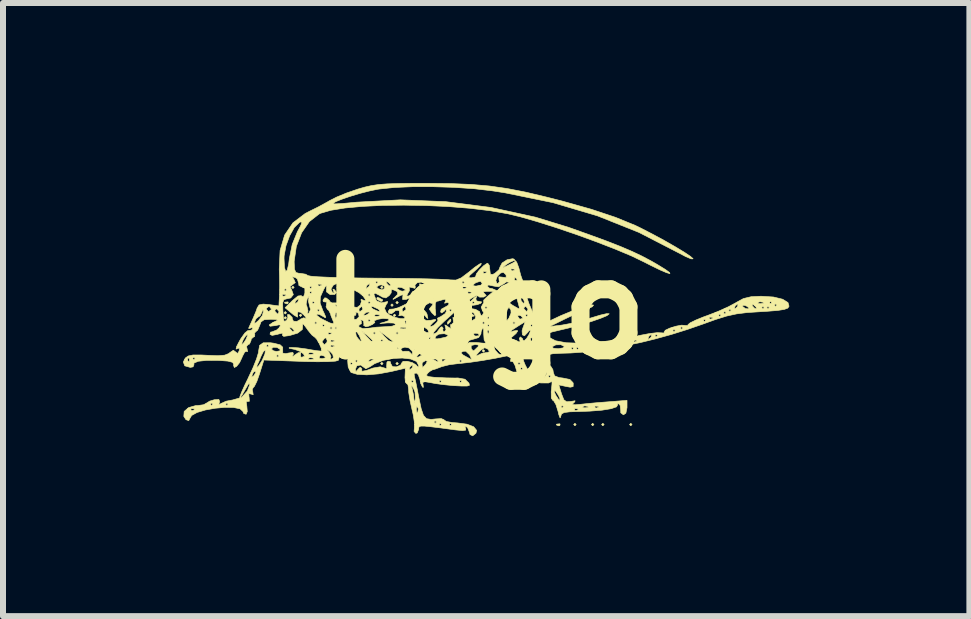
<source format=kicad_pcb>
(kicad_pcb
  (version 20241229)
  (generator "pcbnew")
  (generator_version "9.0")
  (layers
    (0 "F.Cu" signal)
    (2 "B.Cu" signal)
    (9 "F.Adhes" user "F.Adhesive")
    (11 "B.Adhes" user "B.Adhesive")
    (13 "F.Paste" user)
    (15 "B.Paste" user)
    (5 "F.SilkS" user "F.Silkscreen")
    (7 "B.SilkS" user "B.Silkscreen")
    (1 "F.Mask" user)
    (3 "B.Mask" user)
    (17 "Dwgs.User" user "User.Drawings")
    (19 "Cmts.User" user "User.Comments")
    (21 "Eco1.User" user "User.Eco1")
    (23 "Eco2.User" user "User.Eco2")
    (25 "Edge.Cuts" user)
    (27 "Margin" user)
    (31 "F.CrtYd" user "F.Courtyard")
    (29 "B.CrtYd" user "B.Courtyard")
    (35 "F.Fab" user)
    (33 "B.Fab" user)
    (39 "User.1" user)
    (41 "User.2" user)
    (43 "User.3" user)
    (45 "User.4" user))
  (footprint "Logo"
    (layer "F.Cu")
    (at 5.027 2.098)
    (property "Reference" "Logo" (at 0 0 0) (layer "F.SilkS") (effects (font (size 1.524 1.524) (thickness 0.3))))
    (attr through_hole)
    (fp_poly (pts (xy -3.302 0.064) (xy -3.323 0.085) (xy -3.344 0.064) (xy -3.323 0.042) (xy -3.302 0.064)) (stroke (width 0.01) (type solid)) (fill yes) (layer "F.SilkS"))
    (fp_poly (pts (xy -3.302 0.148) (xy -3.323 0.169) (xy -3.344 0.148) (xy -3.323 0.127) (xy -3.302 0.148)) (stroke (width 0.01) (type solid)) (fill yes) (layer "F.SilkS"))
    (fp_poly (pts (xy -3.175 -0.36) (xy -3.196 -0.339) (xy -3.217 -0.36) (xy -3.196 -0.381) (xy -3.175 -0.36)) (stroke (width 0.01) (type solid)) (fill yes) (layer "F.SilkS"))
    (fp_poly (pts (xy -3.048 0.106) (xy -3.069 0.127) (xy -3.09 0.106) (xy -3.069 0.085) (xy -3.048 0.106)) (stroke (width 0.01) (type solid)) (fill yes) (layer "F.SilkS"))
    (fp_poly (pts (xy -1.693 -0.36) (xy -1.714 -0.339) (xy -1.736 -0.36) (xy -1.714 -0.381) (xy -1.693 -0.36)) (stroke (width 0.01) (type solid)) (fill yes) (layer "F.SilkS"))
    (fp_poly (pts (xy -1.693 0.91) (xy -1.714 0.931) (xy -1.736 0.91) (xy -1.714 0.889) (xy -1.693 0.91)) (stroke (width 0.01) (type solid)) (fill yes) (layer "F.SilkS"))
    (fp_poly (pts (xy -1.524 -0.064) (xy -1.545 -0.042) (xy -1.566 -0.064) (xy -1.545 -0.085) (xy -1.524 -0.064)) (stroke (width 0.01) (type solid)) (fill yes) (layer "F.SilkS"))
    (fp_poly (pts (xy -1.482 0.106) (xy -1.503 0.127) (xy -1.524 0.106) (xy -1.503 0.085) (xy -1.482 0.106)) (stroke (width 0.01) (type solid)) (fill yes) (layer "F.SilkS"))
    (fp_poly (pts (xy -1.439 -0.106) (xy -1.46 -0.085) (xy -1.482 -0.106) (xy -1.46 -0.127) (xy -1.439 -0.106)) (stroke (width 0.01) (type solid)) (fill yes) (layer "F.SilkS"))
    (fp_poly (pts (xy -1.439 0.91) (xy -1.46 0.931) (xy -1.482 0.91) (xy -1.46 0.889) (xy -1.439 0.91)) (stroke (width 0.01) (type solid)) (fill yes) (layer "F.SilkS"))
    (fp_poly (pts (xy -1.101 -0.233) (xy -1.122 -0.212) (xy -1.143 -0.233) (xy -1.122 -0.254) (xy -1.101 -0.233)) (stroke (width 0.01) (type solid)) (fill yes) (layer "F.SilkS"))
    (fp_poly (pts (xy -0.466 0.106) (xy -0.487 0.127) (xy -0.508 0.106) (xy -0.487 0.085) (xy -0.466 0.106)) (stroke (width 0.01) (type solid)) (fill yes) (layer "F.SilkS"))
    (fp_poly (pts (xy 0 0.699) (xy -0.021 0.72) (xy -0.042 0.699) (xy -0.021 0.677) (xy 0 0.699)) (stroke (width 0.01) (type solid)) (fill yes) (layer "F.SilkS"))
    (fp_poly (pts (xy 0.931 0.233) (xy 0.91 0.254) (xy 0.889 0.233) (xy 0.91 0.212) (xy 0.931 0.233)) (stroke (width 0.01) (type solid)) (fill yes) (layer "F.SilkS"))
    (fp_poly (pts (xy 1.524 1.926) (xy 1.503 1.947) (xy 1.482 1.926) (xy 1.503 1.905) (xy 1.524 1.926)) (stroke (width 0.01) (type solid)) (fill yes) (layer "F.SilkS"))
    (fp_poly (pts (xy 1.82 1.926) (xy 1.799 1.947) (xy 1.778 1.926) (xy 1.799 1.905) (xy 1.82 1.926)) (stroke (width 0.01) (type solid)) (fill yes) (layer "F.SilkS"))
    (fp_poly (pts (xy 1.99 1.926) (xy 1.968 1.947) (xy 1.947 1.926) (xy 1.968 1.905) (xy 1.99 1.926)) (stroke (width 0.01) (type solid)) (fill yes) (layer "F.SilkS"))
    (fp_poly (pts (xy 2.455 1.926) (xy 2.434 1.947) (xy 2.413 1.926) (xy 2.434 1.905) (xy 2.455 1.926)) (stroke (width 0.01) (type solid)) (fill yes) (layer "F.SilkS"))
    (fp_poly (pts (xy -3.274 -0.113) (xy -3.28 -0.088) (xy -3.302 -0.085) (xy -3.337 -0.1) (xy -3.33 -0.113) (xy -3.28 -0.118) (xy -3.274 -0.113)) (stroke (width 0.01) (type solid)) (fill yes) (layer "F.SilkS"))
    (fp_poly (pts (xy 1.256 1.919) (xy 1.25 1.944) (xy 1.228 1.947) (xy 1.193 1.932) (xy 1.199 1.919) (xy 1.25 1.914) (xy 1.256 1.919)) (stroke (width 0.01) (type solid)) (fill yes) (layer "F.SilkS"))
    (fp_poly (pts (xy -1.759 -0.185) (xy -1.699 -0.151) (xy -1.709 -0.129) (xy -1.733 -0.127) (xy -1.791 -0.158) (xy -1.799 -0.169) (xy -1.792 -0.193) (xy -1.759 -0.185)) (stroke (width 0.01) (type solid)) (fill yes) (layer "F.SilkS"))
    (fp_poly (pts (xy -0.564 0.197) (xy -0.572 0.212) (xy -0.611 0.252) (xy -0.619 0.254) (xy -0.622 0.227) (xy -0.614 0.212) (xy -0.574 0.171) (xy -0.567 0.169) (xy -0.564 0.197)) (stroke (width 0.01) (type solid)) (fill yes) (layer "F.SilkS"))
    (fp_poly (pts (xy -0.618 -0.346) (xy -0.632 -0.305) (xy -0.678 -0.284) (xy -0.758 -0.287) (xy -0.79 -0.311) (xy -0.796 -0.337) (xy -0.783 -0.328) (xy -0.726 -0.324) (xy -0.696 -0.341) (xy -0.636 -0.361) (xy -0.618 -0.346)) (stroke (width 0.01) (type solid)) (fill yes) (layer "F.SilkS"))
    (fp_poly (pts (xy -0.148 -0.169) (xy -0.137 -0.134) (xy -0.101 -0.127) (xy -0.051 -0.117) (xy -0.065 -0.094) (xy -0.125 -0.071) (xy -0.193 -0.061) (xy -0.265 -0.062) (xy -0.263 -0.091) (xy -0.251 -0.106) (xy -0.212 -0.106) (xy -0.191 -0.085) (xy -0.169 -0.106) (xy -0.191 -0.127) (xy -0.212 -0.106) (xy -0.251 -0.106) (xy -0.227 -0.134) (xy -0.163 -0.196) (xy -0.133 -0.209) (xy -0.148 -0.169)) (stroke (width 0.01) (type solid)) (fill yes) (layer "F.SilkS"))
    (fp_poly (pts (xy -0.563 -2.089) (xy -0.229 -2.075) (xy 0.075 -2.049) (xy 0.371 -2.007) (xy 0.684 -1.946) (xy 1.038 -1.862) (xy 1.297 -1.796) (xy 1.776 -1.661) (xy 2.178 -1.527) (xy 2.508 -1.392) (xy 2.597 -1.349) (xy 2.797 -1.246) (xy 2.995 -1.139) (xy 3.175 -1.036) (xy 3.324 -0.946) (xy 3.427 -0.877) (xy 3.471 -0.838) (xy 3.471 -0.835) (xy 3.438 -0.835) (xy 3.352 -0.871) (xy 3.23 -0.935) (xy 3.228 -0.936) (xy 2.57 -1.275) (xy 1.877 -1.552) (xy 1.138 -1.771) (xy 0.344 -1.934) (xy 0.127 -1.968) (xy -0.172 -2.003) (xy -0.509 -2.026) (xy -0.86 -2.037) (xy -1.201 -2.037) (xy -1.508 -2.024) (xy -1.759 -1.998) (xy -1.786 -1.994) (xy -1.925 -1.965) (xy -2.084 -1.924) (xy -2.243 -1.876) (xy -2.383 -1.828) (xy -2.484 -1.787) (xy -2.529 -1.758) (xy -2.528 -1.752) (xy -2.483 -1.751) (xy -2.374 -1.757) (xy -2.219 -1.771) (xy -2.136 -1.779) (xy -1.406 -1.818) (xy -0.652 -1.788) (xy 0.105 -1.691) (xy 0.843 -1.53) (xy 1.397 -1.36) (xy 1.748 -1.235) (xy 2.032 -1.131) (xy 2.262 -1.041) (xy 2.454 -0.959) (xy 2.619 -0.881) (xy 2.772 -0.8) (xy 2.868 -0.745) (xy 3.01 -0.658) (xy 3.081 -0.606) (xy 3.086 -0.588) (xy 3.03 -0.604) (xy 2.918 -0.652) (xy 2.756 -0.731) (xy 2.656 -0.782) (xy 2.449 -0.882) (xy 2.18 -0.995) (xy 1.868 -1.116) (xy 1.534 -1.238) (xy 1.196 -1.353) (xy 0.874 -1.455) (xy 0.589 -1.537) (xy 0.385 -1.586) (xy 0.091 -1.637) (xy -0.243 -1.677) (xy -0.603 -1.706) (xy -0.976 -1.723) (xy -1.349 -1.729) (xy -1.707 -1.725) (xy -2.038 -1.709) (xy -2.328 -1.682) (xy -2.564 -1.644) (xy -2.733 -1.595) (xy -2.76 -1.582) (xy -2.921 -1.457) (xy -3.051 -1.27) (xy -3.139 -1.043) (xy -3.175 -0.797) (xy -3.175 -0.777) (xy -3.17 -0.662) (xy -3.147 -0.608) (xy -3.093 -0.593) (xy -3.072 -0.593) (xy -2.984 -0.579) (xy -2.946 -0.556) (xy -2.899 -0.546) (xy -2.779 -0.536) (xy -2.597 -0.528) (xy -2.364 -0.521) (xy -2.092 -0.516) (xy -1.811 -0.513) (xy -1.505 -0.511) (xy -1.222 -0.507) (xy -0.974 -0.502) (xy -0.774 -0.496) (xy -0.634 -0.49) (xy -0.572 -0.484) (xy -0.48 -0.481) (xy -0.391 -0.518) (xy -0.275 -0.606) (xy -0.268 -0.611) (xy -0.165 -0.695) (xy -0.085 -0.749) (xy -0.057 -0.76) (xy -0.064 -0.735) (xy -0.122 -0.674) (xy -0.165 -0.635) (xy -0.248 -0.561) (xy -0.268 -0.526) (xy -0.233 -0.518) (xy -0.22 -0.519) (xy -0.157 -0.532) (xy -0.15 -0.545) (xy -0.139 -0.585) (xy -0.111 -0.621) (xy -0.028 -0.621) (xy -0.022 -0.596) (xy 0 -0.593) (xy 0.035 -0.608) (xy 0.028 -0.621) (xy -0.022 -0.626) (xy -0.028 -0.621) (xy -0.111 -0.621) (xy -0.087 -0.652) (xy -0.02 -0.719) (xy 0.038 -0.759) (xy 0.05 -0.762) (xy 0.076 -0.726) (xy 0.085 -0.655) (xy 0.093 -0.58) (xy 0.133 -0.575) (xy 0.169 -0.593) (xy 0.237 -0.653) (xy 0.241 -0.663) (xy 0.437 -0.663) (xy 0.443 -0.638) (xy 0.466 -0.635) (xy 0.501 -0.65) (xy 0.494 -0.663) (xy 0.444 -0.668) (xy 0.437 -0.663) (xy 0.241 -0.663) (xy 0.254 -0.699) (xy 0.29 -0.766) (xy 0.372 -0.819) (xy 0.462 -0.837) (xy 0.486 -0.832) (xy 0.507 -0.808) (xy 0.476 -0.802) (xy 0.414 -0.775) (xy 0.357 -0.738) (xy 0.305 -0.695) (xy 0.32 -0.695) (xy 0.381 -0.723) (xy 0.465 -0.765) (xy 0.504 -0.789) (xy 0.512 -0.803) (xy 0.533 -0.779) (xy 0.57 -0.679) (xy 0.572 -0.67) (xy 0.6 -0.562) (xy 0.625 -0.491) (xy 0.627 -0.489) (xy 0.649 -0.419) (xy 0.663 -0.336) (xy 0.688 -0.232) (xy 0.736 -0.092) (xy 0.768 -0.016) (xy 0.826 0.115) (xy 0.859 0.195) (xy 0.878 0.252) (xy 0.884 0.276) (xy 0.921 0.27) (xy 1.011 0.233) (xy 1.11 0.186) (xy 1.267 0.112) (xy 1.434 0.043) (xy 1.591 -0.015) (xy 1.719 -0.054) (xy 1.799 -0.068) (xy 1.813 -0.064) (xy 1.793 -0.037) (xy 1.717 -0.002) (xy 1.709 0.001) (xy 1.605 0.043) (xy 1.46 0.108) (xy 1.332 0.169) (xy 1.079 0.294) (xy 1.291 0.268) (xy 1.446 0.239) (xy 1.634 0.192) (xy 1.789 0.144) (xy 1.928 0.102) (xy 2.029 0.079) (xy 2.074 0.08) (xy 2.074 0.082) (xy 2.036 0.112) (xy 1.933 0.155) (xy 1.781 0.208) (xy 1.598 0.264) (xy 1.401 0.317) (xy 1.254 0.352) (xy 1.119 0.384) (xy 1.053 0.41) (xy 1.044 0.438) (xy 1.072 0.473) (xy 1.18 0.53) (xy 1.356 0.563) (xy 1.59 0.571) (xy 1.87 0.556) (xy 2.146 0.522) (xy 2.469 0.522) (xy 2.475 0.547) (xy 2.498 0.55) (xy 2.533 0.535) (xy 2.526 0.522) (xy 2.476 0.517) (xy 2.469 0.522) (xy 2.146 0.522) (xy 2.183 0.517) (xy 2.25 0.505) (xy 2.72 0.505) (xy 2.726 0.508) (xy 2.764 0.478) (xy 2.773 0.466) (xy 2.779 0.445) (xy 2.836 0.445) (xy 2.857 0.466) (xy 2.879 0.445) (xy 2.857 0.423) (xy 2.836 0.445) (xy 2.779 0.445) (xy 2.784 0.426) (xy 2.778 0.423) (xy 2.739 0.453) (xy 2.731 0.466) (xy 2.72 0.505) (xy 2.25 0.505) (xy 2.518 0.456) (xy 2.592 0.439) (xy 2.746 0.41) (xy 2.873 0.395) (xy 2.946 0.398) (xy 2.946 0.398) (xy 2.99 0.402) (xy 2.988 0.387) (xy 3.006 0.36) (xy 3.133 0.36) (xy 3.154 0.381) (xy 3.175 0.36) (xy 3.154 0.339) (xy 3.133 0.36) (xy 3.006 0.36) (xy 3.009 0.355) (xy 3.084 0.319) (xy 3.089 0.318) (xy 3.26 0.318) (xy 3.281 0.339) (xy 3.302 0.318) (xy 3.281 0.296) (xy 3.26 0.318) (xy 3.089 0.318) (xy 3.184 0.288) (xy 3.28 0.27) (xy 3.343 0.275) (xy 3.345 0.276) (xy 3.384 0.275) (xy 3.387 0.262) (xy 3.424 0.231) (xy 3.506 0.191) (xy 3.641 0.191) (xy 3.662 0.212) (xy 3.683 0.191) (xy 3.662 0.169) (xy 3.641 0.191) (xy 3.506 0.191) (xy 3.523 0.183) (xy 3.626 0.141) (xy 3.739 0.141) (xy 3.745 0.166) (xy 3.768 0.169) (xy 3.803 0.154) (xy 3.796 0.141) (xy 3.746 0.136) (xy 3.739 0.141) (xy 3.626 0.141) (xy 3.664 0.126) (xy 3.715 0.108) (xy 3.72 0.106) (xy 3.895 0.106) (xy 3.916 0.127) (xy 3.937 0.106) (xy 3.916 0.085) (xy 3.895 0.106) (xy 3.72 0.106) (xy 3.829 0.064) (xy 3.979 0.064) (xy 4 0.085) (xy 4.022 0.064) (xy 4 0.042) (xy 3.979 0.064) (xy 3.829 0.064) (xy 3.892 0.039) (xy 3.933 0.021) (xy 4.064 0.021) (xy 4.085 0.042) (xy 4.106 0.021) (xy 4.085 0) (xy 4.064 0.021) (xy 3.933 0.021) (xy 3.986 -0.003) (xy 4.159 -0.003) (xy 4.165 0) (xy 4.203 -0.03) (xy 4.212 -0.042) (xy 4.217 -0.061) (xy 4.293 -0.061) (xy 4.297 -0.042) (xy 4.342 -0.007) (xy 4.391 -0.001) (xy 4.403 -0.017) (xy 4.369 -0.044) (xy 4.337 -0.058) (xy 4.293 -0.061) (xy 4.217 -0.061) (xy 4.22 -0.073) (xy 4.452 -0.073) (xy 4.462 -0.049) (xy 4.505 -0.003) (xy 4.529 -0.013) (xy 4.53 -0.019) (xy 4.528 -0.021) (xy 4.614 -0.021) (xy 4.636 0) (xy 4.657 -0.021) (xy 4.699 -0.021) (xy 4.72 0) (xy 4.741 -0.021) (xy 4.72 -0.042) (xy 4.699 -0.021) (xy 4.657 -0.021) (xy 4.636 -0.042) (xy 4.614 -0.021) (xy 4.528 -0.021) (xy 4.5 -0.054) (xy 4.487 -0.064) (xy 4.826 -0.064) (xy 4.847 -0.042) (xy 4.868 -0.064) (xy 4.847 -0.085) (xy 4.826 -0.064) (xy 4.487 -0.064) (xy 4.481 -0.068) (xy 4.452 -0.073) (xy 4.22 -0.073) (xy 4.223 -0.082) (xy 4.217 -0.085) (xy 4.179 -0.055) (xy 4.17 -0.042) (xy 4.159 -0.003) (xy 3.986 -0.003) (xy 4.059 -0.036) (xy 4.169 -0.095) (xy 4.548 -0.095) (xy 4.59 -0.088) (xy 4.645 -0.096) (xy 4.645 -0.106) (xy 4.741 -0.106) (xy 4.763 -0.085) (xy 4.784 -0.106) (xy 4.763 -0.127) (xy 4.741 -0.106) (xy 4.645 -0.106) (xy 4.645 -0.11) (xy 4.589 -0.12) (xy 4.564 -0.114) (xy 4.548 -0.095) (xy 4.169 -0.095) (xy 4.182 -0.102) (xy 4.193 -0.109) (xy 4.31 -0.173) (xy 4.44 -0.204) (xy 4.604 -0.212) (xy 4.811 -0.199) (xy 4.964 -0.162) (xy 5.053 -0.107) (xy 5.071 -0.045) (xy 5.05 -0.014) (xy 4.991 0.008) (xy 4.882 0.025) (xy 4.708 0.039) (xy 4.593 0.046) (xy 4.374 0.06) (xy 4.198 0.082) (xy 4.033 0.118) (xy 3.849 0.175) (xy 3.641 0.25) (xy 3.379 0.341) (xy 3.107 0.426) (xy 2.839 0.5) (xy 2.591 0.561) (xy 2.38 0.604) (xy 2.222 0.625) (xy 2.151 0.624) (xy 2.075 0.622) (xy 2.056 0.639) (xy 2.028 0.66) (xy 1.934 0.681) (xy 1.792 0.703) (xy 1.619 0.721) (xy 1.435 0.734) (xy 1.262 0.739) (xy 1.136 0.746) (xy 1.064 0.761) (xy 1.057 0.778) (xy 1.078 0.846) (xy 1.073 0.869) (xy 1.081 0.935) (xy 1.098 0.951) (xy 1.136 1.012) (xy 1.143 1.058) (xy 1.164 1.115) (xy 1.24 1.144) (xy 1.301 1.151) (xy 1.419 1.175) (xy 1.471 1.228) (xy 1.475 1.242) (xy 1.473 1.294) (xy 1.425 1.304) (xy 1.362 1.293) (xy 1.234 1.265) (xy 1.28 1.415) (xy 1.318 1.513) (xy 1.365 1.547) (xy 1.436 1.541) (xy 1.505 1.53) (xy 1.501 1.548) (xy 1.482 1.564) (xy 1.459 1.591) (xy 1.504 1.597) (xy 1.587 1.59) (xy 1.718 1.576) (xy 1.894 1.56) (xy 2.064 1.547) (xy 2.371 1.523) (xy 2.371 1.644) (xy 2.352 1.737) (xy 2.311 1.764) (xy 2.267 1.731) (xy 2.266 1.687) (xy 2.257 1.609) (xy 2.235 1.582) (xy 2.208 1.58) (xy 2.215 1.597) (xy 2.197 1.631) (xy 2.106 1.662) (xy 1.953 1.687) (xy 1.749 1.703) (xy 1.577 1.709) (xy 1.417 1.714) (xy 1.324 1.726) (xy 1.28 1.75) (xy 1.266 1.791) (xy 1.266 1.799) (xy 1.255 1.815) (xy 1.234 1.759) (xy 1.221 1.704) (xy 1.209 1.665) (xy 1.496 1.665) (xy 1.502 1.69) (xy 1.524 1.693) (xy 1.559 1.678) (xy 1.552 1.665) (xy 1.502 1.66) (xy 1.496 1.665) (xy 1.209 1.665) (xy 1.198 1.63) (xy 1.27 1.63) (xy 1.291 1.651) (xy 1.301 1.641) (xy 1.627 1.641) (xy 1.669 1.648) (xy 1.724 1.64) (xy 1.724 1.625) (xy 1.709 1.623) (xy 1.834 1.623) (xy 1.84 1.648) (xy 1.863 1.651) (xy 1.898 1.636) (xy 1.891 1.623) (xy 1.841 1.618) (xy 1.834 1.623) (xy 1.709 1.623) (xy 1.668 1.615) (xy 1.643 1.622) (xy 1.627 1.641) (xy 1.301 1.641) (xy 1.312 1.63) (xy 1.291 1.609) (xy 1.27 1.63) (xy 1.198 1.63) (xy 1.187 1.595) (xy 1.149 1.531) (xy 1.135 1.524) (xy 1.109 1.485) (xy 1.108 1.376) (xy 1.11 1.355) (xy 1.161 1.355) (xy 1.161 1.386) (xy 1.185 1.439) (xy 1.229 1.506) (xy 1.252 1.524) (xy 1.252 1.493) (xy 1.228 1.439) (xy 1.184 1.373) (xy 1.161 1.355) (xy 1.11 1.355) (xy 1.112 1.344) (xy 1.121 1.246) (xy 1.12 1.204) (xy 1.116 1.209) (xy 1.062 1.234) (xy 0.935 1.233) (xy 0.878 1.226) (xy 0.737 1.214) (xy 0.655 1.226) (xy 0.606 1.266) (xy 0.568 1.309) (xy 0.561 1.282) (xy 0.561 1.27) (xy 0.557 1.164) (xy 0.542 1.079) (xy 0.635 1.079) (xy 0.656 1.101) (xy 0.677 1.079) (xy 0.656 1.058) (xy 0.635 1.079) (xy 0.542 1.079) (xy 0.536 1.047) (xy 0.521 0.995) (xy 0.593 0.995) (xy 0.614 1.016) (xy 0.635 0.995) (xy 0.614 0.974) (xy 0.593 0.995) (xy 0.521 0.995) (xy 0.506 0.944) (xy 0.488 0.91) (xy 0.55 0.91) (xy 0.572 0.931) (xy 0.593 0.91) (xy 0.572 0.889) (xy 0.55 0.91) (xy 0.488 0.91) (xy 0.473 0.882) (xy 0.453 0.876) (xy 0.427 0.871) (xy 0.436 0.832) (xy 0.441 0.782) (xy 0.386 0.779) (xy 0.369 0.782) (xy 0.181 0.821) (xy -0.031 0.858) (xy -0.234 0.888) (xy -0.399 0.907) (xy -0.445 0.911) (xy -0.589 0.929) (xy -0.72 0.962) (xy -0.733 0.968) (xy -0.824 1.002) (xy -0.874 1.016) (xy -0.918 1.042) (xy -0.952 1.073) (xy -0.973 1.107) (xy -0.94 1.127) (xy -0.841 1.139) (xy -0.79 1.142) (xy -0.635 1.149) (xy -0.494 1.151) (xy -0.446 1.15) (xy -0.329 1.171) (xy -0.262 1.237) (xy -0.255 1.273) (xy -0.292 1.284) (xy -0.391 1.284) (xy -0.528 1.277) (xy -0.68 1.262) (xy -0.824 1.243) (xy -0.896 1.229) (xy -0.996 1.212) (xy -1.033 1.224) (xy -1.027 1.265) (xy -1.022 1.307) (xy -1.037 1.302) (xy -1.069 1.237) (xy -1.074 1.206) (xy -0.762 1.206) (xy -0.741 1.228) (xy -0.72 1.206) (xy -0.423 1.206) (xy -0.402 1.228) (xy -0.381 1.206) (xy -0.402 1.185) (xy -0.423 1.206) (xy -0.72 1.206) (xy -0.741 1.185) (xy -0.762 1.206) (xy -1.074 1.206) (xy -1.079 1.177) (xy -1.107 1.096) (xy -1.14 1.066) (xy -1.177 1.079) (xy -1.171 1.127) (xy -1.151 1.209) (xy -1.124 1.343) (xy -1.097 1.482) (xy -1.059 1.662) (xy -1.021 1.773) (xy -0.97 1.828) (xy -0.895 1.841) (xy -0.823 1.833) (xy -0.725 1.827) (xy -0.678 1.846) (xy -0.677 1.85) (xy -0.639 1.875) (xy -0.541 1.893) (xy -0.455 1.899) (xy -0.295 1.92) (xy -0.184 1.963) (xy -0.135 2.023) (xy -0.146 2.07) (xy -0.2 2.114) (xy -0.245 2.093) (xy -0.254 2.056) (xy -0.284 1.981) (xy -0.303 1.964) (xy -0.332 1.959) (xy -0.318 1.988) (xy -0.316 2.019) (xy -0.369 2.027) (xy -0.492 2.015) (xy -0.492 2.015) (xy -0.729 1.983) (xy -0.895 1.963) (xy -1.002 1.952) (xy -1.064 1.952) (xy -1.092 1.962) (xy -1.1 1.982) (xy -1.101 2.005) (xy -1.124 2.065) (xy -1.148 2.074) (xy -1.177 2.041) (xy -1.173 1.989) (xy -1.172 1.926) (xy -0.762 1.926) (xy -0.741 1.947) (xy -0.72 1.926) (xy -0.593 1.926) (xy -0.572 1.947) (xy -0.55 1.926) (xy -0.572 1.905) (xy -0.593 1.926) (xy -0.72 1.926) (xy -0.741 1.905) (xy -0.762 1.926) (xy -1.172 1.926) (xy -1.171 1.901) (xy -1.173 1.884) (xy -0.847 1.884) (xy -0.826 1.905) (xy -0.804 1.884) (xy -0.826 1.863) (xy -0.847 1.884) (xy -1.173 1.884) (xy -1.19 1.769) (xy -1.21 1.683) (xy -1.213 1.669) (xy -1.14 1.669) (xy -1.132 1.724) (xy -1.117 1.724) (xy -1.107 1.668) (xy -1.114 1.643) (xy -1.133 1.627) (xy -1.14 1.669) (xy -1.213 1.669) (xy -1.244 1.532) (xy -1.266 1.395) (xy -1.269 1.342) (xy -1.278 1.273) (xy -1.221 1.273) (xy -1.22 1.294) (xy -1.21 1.326) (xy -1.186 1.436) (xy -1.18 1.496) (xy -1.174 1.561) (xy -1.166 1.544) (xy -1.156 1.493) (xy -1.162 1.384) (xy -1.186 1.324) (xy -1.221 1.273) (xy -1.278 1.273) (xy -1.279 1.263) (xy -1.302 1.243) (xy -1.322 1.22) (xy -1.323 1.206) (xy -1.228 1.206) (xy -1.206 1.228) (xy -1.185 1.206) (xy -1.206 1.185) (xy -1.228 1.206) (xy -1.323 1.206) (xy -1.329 1.139) (xy -1.328 1.125) (xy -1.323 1.013) (xy -1.26 1.013) (xy -1.254 1.016) (xy -1.215 0.986) (xy -1.206 0.974) (xy -1.196 0.934) (xy -1.202 0.931) (xy -1.24 0.961) (xy -1.249 0.974) (xy -1.26 1.013) (xy -1.323 1.013) (xy -1.322 0.987) (xy -1.56 1.043) (xy -1.771 1.082) (xy -1.964 1.098) (xy -2.122 1.09) (xy -2.222 1.06) (xy -2.235 1.05) (xy -2.257 1.005) (xy -2.156 1.005) (xy -2.145 1.046) (xy -2.131 1.027) (xy -2.085 0.978) (xy -2.068 0.974) (xy -2.045 0.999) (xy -2.051 1.012) (xy -2.045 1.039) (xy -1.967 1.024) (xy -1.863 0.985) (xy -1.741 0.964) (xy -1.684 0.98) (xy -1.631 0.997) (xy -1.634 0.958) (xy -1.63 0.889) (xy -1.612 0.87) (xy -1.573 0.878) (xy -1.566 0.911) (xy -1.537 0.962) (xy -1.471 0.965) (xy -1.401 0.936) (xy -1.385 0.902) (xy -1.361 0.873) (xy -1.291 0.872) (xy -1.207 0.894) (xy -1.143 0.933) (xy -1.134 0.945) (xy -1.107 0.971) (xy -1.101 0.941) (xy -1.114 0.917) (xy -1.044 0.917) (xy -1.039 0.969) (xy -1.035 0.974) (xy -1.005 0.946) (xy -0.98 0.917) (xy -0.956 0.871) (xy -0.988 0.861) (xy -1.039 0.894) (xy -1.044 0.917) (xy -1.114 0.917) (xy -1.137 0.875) (xy -1.234 0.834) (xy -1.372 0.818) (xy -1.532 0.825) (xy -1.692 0.857) (xy -1.834 0.911) (xy -1.911 0.962) (xy -1.981 0.996) (xy -2.009 0.976) (xy -2.069 0.934) (xy -2.13 0.947) (xy -2.156 1.005) (xy -2.257 1.005) (xy -2.275 0.969) (xy -2.28 0.91) (xy -2.244 0.91) (xy -2.223 0.931) (xy -2.201 0.91) (xy -2.223 0.889) (xy -2.244 0.91) (xy -2.28 0.91) (xy -2.283 0.868) (xy -2.159 0.868) (xy -2.138 0.889) (xy -2.126 0.877) (xy -1.943 0.877) (xy -1.901 0.868) (xy -1.893 0.865) (xy -1.841 0.832) (xy -1.84 0.813) (xy -1.885 0.817) (xy -1.916 0.841) (xy -1.943 0.877) (xy -2.126 0.877) (xy -2.117 0.868) (xy -2.138 0.847) (xy -2.159 0.868) (xy -2.283 0.868) (xy -2.284 0.861) (xy -2.263 0.768) (xy -2.237 0.737) (xy -2.208 0.732) (xy -2.216 0.752) (xy -2.212 0.788) (xy -2.191 0.789) (xy -2.176 0.783) (xy -2.032 0.783) (xy -2.011 0.804) (xy -2.006 0.799) (xy -1.137 0.799) (xy -1.11 0.804) (xy -1.049 0.77) (xy -1.048 0.769) (xy -0.955 0.769) (xy -0.938 0.798) (xy -0.883 0.83) (xy -0.791 0.877) (xy -0.763 0.88) (xy -0.803 0.839) (xy -0.826 0.821) (xy -0.882 0.773) (xy -0.865 0.763) (xy -0.804 0.77) (xy -0.726 0.802) (xy -0.711 0.844) (xy -0.712 0.882) (xy -0.687 0.868) (xy -0.423 0.868) (xy -0.402 0.889) (xy -0.381 0.868) (xy -0.402 0.847) (xy -0.423 0.868) (xy -0.687 0.868) (xy -0.672 0.859) (xy -0.654 0.845) (xy -0.608 0.797) (xy -0.633 0.769) (xy -0.663 0.756) (xy -0.705 0.734) (xy -0.695 0.731) (xy -0.397 0.731) (xy -0.361 0.767) (xy -0.331 0.784) (xy -0.254 0.826) (xy -0.221 0.843) (xy -0.228 0.815) (xy -0.249 0.772) (xy -0.142 0.772) (xy -0.136 0.784) (xy -0.127 0.779) (xy -0.055 0.744) (xy -0.032 0.736) (xy 0.037 0.726) (xy 0.051 0.725) (xy 0.08 0.708) (xy 0.05 0.668) (xy 0.000332 0.646) (xy -0.063 0.685) (xy -0.096 0.717) (xy -0.142 0.772) (xy -0.249 0.772) (xy -0.253 0.764) (xy -0.316 0.704) (xy -0.363 0.706) (xy -0.397 0.731) (xy -0.695 0.731) (xy -0.671 0.724) (xy -0.63 0.723) (xy -0.533 0.701) (xy -0.468 0.658) (xy -0.226 0.658) (xy -0.193 0.698) (xy -0.175 0.69) (xy -0.117 0.634) (xy -0.106 0.626) (xy -0.106 0.625) (xy 0.153 0.625) (xy 0.173 0.684) (xy 0.229 0.748) (xy 0.266 0.761) (xy 0.289 0.748) (xy 0.259 0.724) (xy 0.221 0.672) (xy 0.226 0.647) (xy 0.216 0.611) (xy 0.191 0.607) (xy 0.153 0.625) (xy -0.106 0.625) (xy -0.107 0.601) (xy -0.157 0.593) (xy -0.225 0.609) (xy -0.226 0.658) (xy -0.468 0.658) (xy -0.464 0.655) (xy -0.444 0.605) (xy -0.37 0.605) (xy -0.365 0.632) (xy -0.344 0.635) (xy -0.299 0.602) (xy -0.296 0.587) (xy -0.281 0.576) (xy 0.315 0.576) (xy 0.339 0.614) (xy 0.389 0.666) (xy 0.406 0.677) (xy 0.406 0.645) (xy 0.396 0.614) (xy 0.352 0.558) (xy 0.329 0.55) (xy 0.315 0.576) (xy -0.281 0.576) (xy -0.257 0.558) (xy -0.141 0.558) (xy -0.116 0.561) (xy -0.018 0.571) (xy 0.024 0.57) (xy 0.019 0.566) (xy -0.002 0.53) (xy 0.15 0.53) (xy 0.196 0.551) (xy 0.267 0.515) (xy 0.302 0.479) (xy 0.333 0.432) (xy 0.307 0.439) (xy 0.262 0.438) (xy 0.254 0.402) (xy 0.264 0.38) (xy 0.423 0.38) (xy 0.457 0.375) (xy 0.476 0.368) (xy 0.538 0.357) (xy 0.55 0.367) (xy 0.521 0.41) (xy 0.476 0.449) (xy 0.425 0.492) (xy 0.443 0.505) (xy 0.476 0.507) (xy 0.54 0.531) (xy 0.545 0.579) (xy 0.519 0.603) (xy 0.52 0.612) (xy 0.54 0.608) (xy 0.591 0.627) (xy 0.598 0.647) (xy 0.629 0.802) (xy 0.634 0.815) (xy 0.652 0.878) (xy 0.676 0.936) (xy 0.713 1.006) (xy 0.745 1.092) (xy 0.742 1.141) (xy 0.76 1.164) (xy 0.835 1.164) (xy 0.931 1.152) (xy 0.98 1.146) (xy 1.004 1.122) (xy 1.058 1.122) (xy 1.079 1.143) (xy 1.101 1.122) (xy 1.079 1.101) (xy 1.058 1.122) (xy 1.004 1.122) (xy 1.017 1.11) (xy 1.03 1.082) (xy 1.029 1.039) (xy 0.993 1.044) (xy 0.946 1.037) (xy 0.931 0.958) (xy 0.931 0.957) (xy 0.931 0.953) (xy 0.974 0.953) (xy 0.995 0.974) (xy 1.016 0.953) (xy 0.995 0.931) (xy 0.974 0.953) (xy 0.931 0.953) (xy 0.917 0.875) (xy 0.889 0.847) (xy 0.974 0.847) (xy 0.989 0.882) (xy 1.002 0.875) (xy 1.007 0.825) (xy 1.002 0.818) (xy 0.977 0.824) (xy 0.974 0.847) (xy 0.889 0.847) (xy 0.853 0.812) (xy 0.847 0.772) (xy 0.814 0.694) (xy 0.758 0.642) (xy 0.713 0.621) (xy 0.892 0.621) (xy 0.915 0.697) (xy 0.947 0.746) (xy 0.962 0.746) (xy 0.959 0.698) (xy 0.937 0.649) (xy 0.922 0.63) (xy 1.125 0.63) (xy 1.144 0.655) (xy 1.222 0.662) (xy 1.225 0.662) (xy 1.263 0.656) (xy 1.439 0.656) (xy 1.46 0.677) (xy 1.482 0.656) (xy 1.524 0.656) (xy 1.545 0.677) (xy 1.566 0.656) (xy 1.545 0.635) (xy 1.524 0.656) (xy 1.482 0.656) (xy 1.46 0.635) (xy 1.439 0.656) (xy 1.263 0.656) (xy 1.305 0.649) (xy 1.328 0.625) (xy 1.327 0.625) (xy 1.327 0.625) (xy 1.839 0.625) (xy 1.88 0.632) (xy 1.935 0.624) (xy 1.936 0.609) (xy 1.879 0.599) (xy 1.855 0.606) (xy 1.839 0.625) (xy 1.327 0.625) (xy 1.269 0.596) (xy 1.185 0.598) (xy 1.125 0.629) (xy 1.125 0.63) (xy 0.922 0.63) (xy 0.899 0.599) (xy 0.892 0.621) (xy 0.713 0.621) (xy 0.702 0.616) (xy 0.697 0.632) (xy 0.7 0.673) (xy 0.687 0.677) (xy 0.643 0.643) (xy 0.6 0.572) (xy 0.576 0.491) (xy 0.594 0.466) (xy 0.633 0.499) (xy 0.636 0.519) (xy 0.657 0.531) (xy 0.681 0.508) (xy 0.762 0.508) (xy 0.777 0.543) (xy 0.79 0.536) (xy 0.791 0.529) (xy 0.847 0.529) (xy 0.868 0.55) (xy 0.889 0.529) (xy 0.974 0.529) (xy 0.996 0.586) (xy 1.015 0.593) (xy 1.031 0.572) (xy 2.201 0.572) (xy 2.223 0.593) (xy 2.244 0.572) (xy 2.223 0.55) (xy 2.201 0.572) (xy 1.031 0.572) (xy 1.038 0.562) (xy 1.031 0.529) (xy 1.001 0.473) (xy 0.99 0.466) (xy 0.976 0.5) (xy 0.974 0.529) (xy 0.889 0.529) (xy 0.868 0.508) (xy 0.847 0.529) (xy 0.791 0.529) (xy 0.795 0.486) (xy 0.79 0.48) (xy 0.765 0.486) (xy 0.762 0.508) (xy 0.681 0.508) (xy 0.7 0.489) (xy 0.745 0.414) (xy 0.827 0.414) (xy 0.83 0.43) (xy 0.865 0.465) (xy 0.868 0.466) (xy 0.902 0.437) (xy 0.906 0.43) (xy 0.893 0.399) (xy 0.868 0.395) (xy 0.827 0.414) (xy 0.745 0.414) (xy 0.748 0.408) (xy 0.761 0.362) (xy 0.743 0.356) (xy 0.716 0.392) (xy 0.663 0.447) (xy 0.627 0.432) (xy 0.622 0.363) (xy 0.636 0.316) (xy 0.651 0.275) (xy 0.762 0.275) (xy 0.783 0.296) (xy 0.804 0.275) (xy 0.783 0.254) (xy 0.762 0.275) (xy 0.651 0.275) (xy 0.676 0.211) (xy 0.56 0.283) (xy 0.456 0.351) (xy 0.423 0.38) (xy 0.264 0.38) (xy 0.274 0.356) (xy 0.296 0.36) (xy 0.335 0.356) (xy 0.339 0.341) (xy 0.309 0.298) (xy 0.297 0.296) (xy 0.278 0.262) (xy 0.286 0.233) (xy 0.466 0.233) (xy 0.487 0.254) (xy 0.508 0.233) (xy 0.487 0.212) (xy 0.466 0.233) (xy 0.286 0.233) (xy 0.296 0.194) (xy 0.351 0.194) (xy 0.368 0.196) (xy 0.402 0.155) (xy 0.415 0.125) (xy 0.55 0.125) (xy 0.581 0.168) (xy 0.593 0.169) (xy 0.634 0.155) (xy 0.635 0.151) (xy 0.605 0.115) (xy 0.593 0.106) (xy 0.677 0.106) (xy 0.699 0.127) (xy 0.72 0.106) (xy 0.699 0.085) (xy 0.677 0.106) (xy 0.593 0.106) (xy 0.554 0.109) (xy 0.55 0.125) (xy 0.415 0.125) (xy 0.439 0.068) (xy 0.436 0.015) (xy 0.404 -0.027) (xy 0.375 0.009) (xy 0.355 0.116) (xy 0.351 0.194) (xy 0.296 0.194) (xy 0.299 0.184) (xy 0.319 0.081) (xy 0.303 0.032) (xy 0.275 0.036) (xy 0.265 0.107) (xy 0.252 0.202) (xy 0.228 0.248) (xy 0.186 0.309) (xy 0.185 0.318) (xy 0.169 0.389) (xy 0.15 0.455) (xy 0.15 0.53) (xy -0.002 0.53) (xy -0.01 0.516) (xy -0.017 0.421) (xy -0.017 0.419) (xy -0.018 0.381) (xy 0.042 0.381) (xy 0.058 0.416) (xy 0.071 0.409) (xy 0.076 0.359) (xy 0.071 0.353) (xy 0.045 0.359) (xy 0.042 0.381) (xy -0.018 0.381) (xy -0.018 0.338) (xy -0.033 0.316) (xy -0.035 0.317) (xy -0.06 0.379) (xy -0.063 0.416) (xy -0.102 0.477) (xy -0.177 0.5) (xy -0.256 0.523) (xy -0.327 0.563) (xy -0.37 0.605) (xy -0.444 0.605) (xy -0.443 0.602) (xy -0.466 0.571) (xy -0.526 0.56) (xy -0.539 0.567) (xy -0.531 0.59) (xy -0.513 0.593) (xy -0.482 0.619) (xy -0.489 0.638) (xy -0.539 0.65) (xy -0.607 0.606) (xy -0.666 0.558) (xy -0.668 0.565) (xy -0.64 0.603) (xy -0.606 0.661) (xy -0.637 0.681) (xy -0.662 0.684) (xy -0.779 0.698) (xy -0.873 0.728) (xy -0.905 0.741) (xy -0.955 0.769) (xy -1.048 0.769) (xy -1.031 0.741) (xy -0.992 0.698) (xy -0.97 0.701) (xy -0.951 0.69) (xy -0.959 0.654) (xy -0.985 0.608) (xy -1.014 0.635) (xy -1.029 0.662) (xy -1.086 0.742) (xy -1.118 0.772) (xy -1.137 0.799) (xy -2.006 0.799) (xy -1.99 0.783) (xy -2.011 0.762) (xy -2.032 0.783) (xy -2.176 0.783) (xy -2.092 0.751) (xy -2.083 0.741) (xy -1.609 0.741) (xy -1.587 0.762) (xy -1.566 0.741) (xy -1.524 0.741) (xy -1.503 0.762) (xy -1.482 0.741) (xy -1.503 0.72) (xy -1.524 0.741) (xy -1.566 0.741) (xy -1.587 0.72) (xy -1.609 0.741) (xy -2.083 0.741) (xy -2.036 0.687) (xy -2.033 0.674) (xy -1.797 0.674) (xy -1.781 0.696) (xy -1.716 0.7) (xy -1.639 0.689) (xy -1.623 0.682) (xy -1.397 0.682) (xy -1.366 0.71) (xy -1.335 0.705) (xy -1.267 0.705) (xy -1.248 0.722) (xy -1.209 0.761) (xy -1.203 0.728) (xy -1.212 0.699) (xy -1.237 0.675) (xy -1.175 0.675) (xy -1.169 0.677) (xy -1.131 0.648) (xy -1.122 0.635) (xy -1.111 0.595) (xy -1.117 0.593) (xy -1.155 0.622) (xy -1.164 0.635) (xy -1.175 0.675) (xy -1.237 0.675) (xy -1.26 0.651) (xy -1.331 0.636) (xy -1.387 0.655) (xy -1.397 0.682) (xy -1.623 0.682) (xy -1.581 0.664) (xy -1.579 0.662) (xy -1.583 0.656) (xy -1.482 0.656) (xy -1.46 0.677) (xy -1.439 0.656) (xy -1.46 0.635) (xy -1.482 0.656) (xy -1.583 0.656) (xy -1.594 0.642) (xy -1.663 0.635) (xy -1.754 0.648) (xy -1.797 0.674) (xy -2.033 0.674) (xy -2.032 0.667) (xy -2.052 0.658) (xy -2.09 0.698) (xy -2.137 0.752) (xy -2.169 0.735) (xy -2.194 0.691) (xy -2.223 0.614) (xy -2.159 0.614) (xy -2.138 0.635) (xy -2.117 0.614) (xy -2.138 0.593) (xy -2.159 0.614) (xy -2.223 0.614) (xy -2.223 0.613) (xy -2.221 0.577) (xy -2.222 0.572) (xy -1.99 0.572) (xy -1.968 0.593) (xy -1.96 0.584) (xy -0.905 0.584) (xy -0.885 0.611) (xy -0.82 0.626) (xy -0.75 0.619) (xy -0.741 0.592) (xy -0.802 0.554) (xy -0.877 0.561) (xy -0.905 0.584) (xy -1.96 0.584) (xy -1.947 0.572) (xy -1.968 0.55) (xy -1.99 0.572) (xy -2.222 0.572) (xy -2.223 0.567) (xy -2.228 0.57) (xy -2.283 0.569) (xy -2.325 0.552) (xy -2.373 0.54) (xy -2.397 0.583) (xy -2.406 0.666) (xy -2.419 0.778) (xy -2.438 0.852) (xy -2.44 0.857) (xy -2.49 0.87) (xy -2.61 0.878) (xy -2.787 0.88) (xy -3.007 0.876) (xy -3.072 0.873) (xy -3.68 0.851) (xy -3.753 1.082) (xy -3.797 1.207) (xy -3.838 1.29) (xy -3.859 1.312) (xy -3.874 1.344) (xy -3.865 1.383) (xy -3.858 1.43) (xy -3.894 1.418) (xy -3.932 1.411) (xy -3.928 1.469) (xy -3.926 1.475) (xy -3.922 1.539) (xy -3.947 1.539) (xy -3.974 1.548) (xy -3.964 1.621) (xy -3.957 1.71) (xy -3.976 1.755) (xy -4.015 1.742) (xy -4.029 1.708) (xy -4.077 1.664) (xy -4.185 1.642) (xy -4.331 1.64) (xy -4.495 1.655) (xy -4.656 1.684) (xy -4.793 1.725) (xy -4.884 1.775) (xy -4.911 1.821) (xy -4.932 1.861) (xy -4.978 1.845) (xy -5.014 1.79) (xy -5.008 1.708) (xy -4.959 1.665) (xy -4.897 1.665) (xy -4.891 1.69) (xy -4.868 1.693) (xy -4.833 1.678) (xy -4.84 1.665) (xy -4.89 1.66) (xy -4.897 1.665) (xy -4.959 1.665) (xy -4.935 1.644) (xy -4.816 1.61) (xy -4.778 1.609) (xy -4.685 1.596) (xy -4.668 1.587) (xy -4.572 1.587) (xy -4.551 1.609) (xy -4.53 1.587) (xy -4.551 1.566) (xy -4.572 1.587) (xy -4.668 1.587) (xy -4.639 1.571) (xy -4.583 1.536) (xy -4.507 1.513) (xy -4.43 1.508) (xy -4.418 1.542) (xy -4.422 1.557) (xy -4.43 1.597) (xy -4.413 1.587) (xy -4.318 1.587) (xy -4.297 1.609) (xy -4.276 1.587) (xy -4.297 1.566) (xy -4.318 1.587) (xy -4.413 1.587) (xy -4.39 1.574) (xy -4.309 1.537) (xy -4.197 1.516) (xy -4.08 1.482) (xy -4.08 1.481) (xy -4.077 1.481) (xy -4.05 1.473) (xy -3.955 1.366) (xy -3.919 1.27) (xy -3.915 1.227) (xy -3.943 1.26) (xy -3.979 1.323) (xy -4.046 1.439) (xy -4.077 1.481) (xy -4.08 1.481) (xy -4.081 1.465) (xy -4.053 1.39) (xy -3.996 1.264) (xy -3.937 1.144) (xy -3.935 1.138) (xy -3.884 1.138) (xy -3.853 1.117) (xy -3.847 1.112) (xy -3.814 1.056) (xy -3.818 1.036) (xy -3.85 1.049) (xy -3.871 1.088) (xy -3.884 1.138) (xy -3.935 1.138) (xy -3.861 0.979) (xy -3.858 0.972) (xy -3.798 0.972) (xy -3.792 0.974) (xy -3.76 0.94) (xy -3.71 0.858) (xy -3.702 0.843) (xy -3.7 0.837) (xy -2.945 0.837) (xy -2.903 0.843) (xy -2.848 0.836) (xy -2.848 0.821) (xy -2.85 0.821) (xy -2.758 0.821) (xy -2.709 0.829) (xy -2.655 0.815) (xy -2.668 0.787) (xy -2.728 0.77) (xy -2.751 0.787) (xy -2.758 0.821) (xy -2.85 0.821) (xy -2.904 0.811) (xy -2.929 0.818) (xy -2.945 0.837) (xy -3.7 0.837) (xy -3.677 0.783) (xy -3.471 0.783) (xy -3.45 0.804) (xy -3.429 0.783) (xy -3.45 0.762) (xy -3.471 0.783) (xy -3.677 0.783) (xy -3.663 0.75) (xy -3.655 0.692) (xy -3.658 0.689) (xy -3.686 0.706) (xy -3.724 0.781) (xy -3.725 0.783) (xy -3.765 0.88) (xy -3.793 0.937) (xy -3.798 0.972) (xy -3.858 0.972) (xy -3.802 0.832) (xy -3.77 0.726) (xy -3.768 0.702) (xy -3.762 0.668) (xy -3.556 0.668) (xy -3.52 0.698) (xy -3.47 0.708) (xy -3.412 0.698) (xy -3.409 0.675) (xy -3.46 0.641) (xy -3.524 0.638) (xy -3.556 0.668) (xy -3.556 0.668) (xy -3.762 0.668) (xy -3.752 0.614) (xy -3.641 0.614) (xy -3.619 0.635) (xy -3.598 0.614) (xy -3.619 0.593) (xy -3.641 0.614) (xy -3.752 0.614) (xy -3.751 0.607) (xy -3.691 0.564) (xy -3.573 0.563) (xy -3.515 0.571) (xy -3.408 0.598) (xy -3.366 0.637) (xy -3.366 0.681) (xy -3.365 0.737) (xy -3.315 0.744) (xy -3.272 0.735) (xy -3.197 0.724) (xy -3.188 0.75) (xy -3.196 0.766) (xy -3.212 0.803) (xy -3.177 0.777) (xy -3.173 0.773) (xy -3.108 0.729) (xy -3.065 0.724) (xy -3.068 0.761) (xy -3.069 0.762) (xy -3.064 0.801) (xy -3.047 0.804) (xy -3.003 0.788) (xy -3.018 0.752) (xy -2.945 0.752) (xy -2.903 0.759) (xy -2.848 0.751) (xy -2.848 0.736) (xy -2.904 0.726) (xy -2.929 0.733) (xy -2.945 0.752) (xy -3.018 0.752) (xy -3.018 0.751) (xy -3.078 0.707) (xy -3.164 0.675) (xy -3.178 0.672) (xy -3.259 0.655) (xy -3.259 0.645) (xy -3.217 0.642) (xy -3.109 0.648) (xy -2.968 0.667) (xy -2.921 0.676) (xy -2.805 0.695) (xy -2.731 0.702) (xy -2.718 0.7) (xy -2.721 0.678) (xy -2.622 0.678) (xy -2.612 0.699) (xy -2.593 0.724) (xy -2.562 0.79) (xy -2.569 0.819) (xy -2.576 0.846) (xy -2.571 0.847) (xy -2.527 0.817) (xy -2.522 0.809) (xy -2.532 0.757) (xy -2.572 0.714) (xy -2.622 0.678) (xy -2.721 0.678) (xy -2.723 0.656) (xy -2.744 0.607) (xy -2.568 0.607) (xy -2.562 0.632) (xy -2.54 0.635) (xy -2.505 0.62) (xy -2.512 0.607) (xy -2.562 0.602) (xy -2.568 0.607) (xy -2.744 0.607) (xy -2.757 0.577) (xy -2.772 0.553) (xy -2.709 0.553) (xy -2.677 0.592) (xy -2.667 0.593) (xy -2.63 0.558) (xy -2.625 0.527) (xy -2.627 0.522) (xy -2.568 0.522) (xy -2.562 0.547) (xy -2.54 0.55) (xy -2.505 0.535) (xy -2.512 0.522) (xy -2.562 0.517) (xy -2.568 0.522) (xy -2.627 0.522) (xy -2.645 0.483) (xy -2.667 0.487) (xy -2.708 0.541) (xy -2.709 0.553) (xy -2.772 0.553) (xy -2.801 0.502) (xy -2.837 0.466) (xy -2.839 0.466) (xy -2.88 0.434) (xy -2.912 0.395) (xy -2.611 0.395) (xy -2.605 0.42) (xy -2.582 0.423) (xy -2.547 0.408) (xy -2.554 0.395) (xy -2.604 0.39) (xy -2.611 0.395) (xy -2.912 0.395) (xy -2.921 0.384) (xy -2.152 0.384) (xy -2.141 0.448) (xy -2.115 0.488) (xy -2.063 0.544) (xy -2.055 0.528) (xy -2.089 0.446) (xy -2.128 0.384) (xy -2.152 0.384) (xy -2.921 0.384) (xy -2.945 0.355) (xy -2.963 0.328) (xy -2.971 0.318) (xy -2.582 0.318) (xy -2.561 0.339) (xy -2.54 0.318) (xy -2.498 0.318) (xy -2.477 0.339) (xy -2.455 0.318) (xy -2.46 0.313) (xy -2.402 0.313) (xy -2.371 0.339) (xy -2.304 0.375) (xy -2.284 0.373) (xy -2.294 0.36) (xy -2.053 0.36) (xy -1.757 0.36) (xy -1.676 0.455) (xy -1.605 0.524) (xy -1.553 0.55) (xy -1.524 0.542) (xy -1.528 0.539) (xy -1.541 0.529) (xy -1.27 0.529) (xy -1.249 0.55) (xy -1.246 0.548) (xy -0.963 0.548) (xy -0.957 0.55) (xy -0.919 0.521) (xy -0.91 0.508) (xy -0.906 0.492) (xy -0.833 0.492) (xy -0.795 0.499) (xy -0.743 0.491) (xy -0.651 0.47) (xy -0.641 0.466) (xy -0.55 0.466) (xy -0.536 0.507) (xy -0.532 0.508) (xy -0.496 0.478) (xy -0.487 0.466) (xy -0.49 0.427) (xy -0.506 0.423) (xy -0.549 0.454) (xy -0.55 0.466) (xy -0.641 0.466) (xy -0.607 0.452) (xy -0.626 0.429) (xy -0.674 0.412) (xy -0.766 0.42) (xy -0.81 0.451) (xy -0.833 0.492) (xy -0.906 0.492) (xy -0.899 0.468) (xy -0.905 0.466) (xy -0.944 0.495) (xy -0.953 0.508) (xy -0.963 0.548) (xy -1.246 0.548) (xy -1.228 0.529) (xy -1.249 0.508) (xy -1.27 0.529) (xy -1.541 0.529) (xy -1.57 0.508) (xy -1.647 0.447) (xy -1.648 0.447) (xy -1.125 0.447) (xy -1.122 0.466) (xy -1.076 0.501) (xy -1.028 0.507) (xy -1.016 0.491) (xy -1.049 0.464) (xy -1.082 0.45) (xy -1.125 0.447) (xy -1.648 0.447) (xy -1.651 0.444) (xy -1.704 0.402) (xy -1.482 0.402) (xy -1.46 0.423) (xy -1.439 0.402) (xy -1.228 0.402) (xy -1.206 0.423) (xy -1.204 0.42) (xy -0.86 0.42) (xy -0.856 0.422) (xy -0.795 0.389) (xy -0.777 0.36) (xy -0.734 0.304) (xy -0.713 0.296) (xy -0.692 0.323) (xy -0.699 0.339) (xy -0.693 0.378) (xy -0.675 0.381) (xy -0.652 0.357) (xy -0.488 0.357) (xy -0.455 0.435) (xy -0.44 0.476) (xy -0.405 0.544) (xy -0.385 0.533) (xy -0.39 0.45) (xy -0.391 0.447) (xy -0.39 0.423) (xy -0.339 0.423) (xy -0.323 0.458) (xy -0.31 0.452) (xy -0.307 0.416) (xy -0.186 0.416) (xy -0.173 0.447) (xy -0.146 0.452) (xy -0.091 0.445) (xy -0.085 0.44) (xy -0.116 0.407) (xy -0.17 0.404) (xy -0.186 0.416) (xy -0.307 0.416) (xy -0.305 0.401) (xy -0.31 0.395) (xy -0.336 0.401) (xy -0.339 0.423) (xy -0.39 0.423) (xy -0.389 0.366) (xy -0.326 0.324) (xy -0.303 0.318) (xy -0.234 0.291) (xy -0.239 0.275) (xy 0.042 0.275) (xy 0.064 0.296) (xy 0.085 0.275) (xy 0.064 0.254) (xy 0.042 0.275) (xy -0.239 0.275) (xy -0.243 0.261) (xy -0.252 0.255) (xy -0.324 0.243) (xy -0.409 0.266) (xy -0.474 0.308) (xy -0.488 0.357) (xy -0.652 0.357) (xy -0.645 0.35) (xy -0.653 0.312) (xy -0.664 0.266) (xy -0.632 0.281) (xy -0.607 0.301) (xy -0.559 0.332) (xy -0.566 0.307) (xy -0.569 0.261) (xy -0.548 0.254) (xy -0.518 0.223) (xy -0.52 0.212) (xy -0.466 0.212) (xy -0.451 0.253) (xy -0.447 0.254) (xy -0.421 0.233) (xy -0.042 0.233) (xy -0.021 0.254) (xy 0 0.233) (xy -0.021 0.212) (xy -0.042 0.233) (xy -0.421 0.233) (xy -0.411 0.224) (xy -0.402 0.212) (xy -0.406 0.173) (xy -0.407 0.172) (xy -0.296 0.172) (xy -0.263 0.204) (xy -0.222 0.204) (xy -0.202 0.191) (xy 0.127 0.191) (xy 0.148 0.212) (xy 0.169 0.191) (xy 0.148 0.169) (xy 0.127 0.191) (xy -0.202 0.191) (xy -0.159 0.163) (xy -0.154 0.148) (xy 0.042 0.148) (xy 0.064 0.169) (xy 0.085 0.148) (xy 0.064 0.127) (xy 0.042 0.148) (xy -0.154 0.148) (xy -0.148 0.13) (xy -0.183 0.068) (xy -0.212 0.053) (xy -0.254 0.045) (xy -0.225 0.071) (xy -0.212 0.081) (xy -0.172 0.117) (xy -0.21 0.126) (xy -0.222 0.126) (xy -0.285 0.148) (xy -0.296 0.172) (xy -0.407 0.172) (xy -0.421 0.169) (xy -0.464 0.2) (xy -0.466 0.212) (xy -0.52 0.212) (xy -0.524 0.188) (xy -0.531 0.142) (xy -0.518 0.142) (xy -0.462 0.137) (xy -0.38 0.1) (xy -0.275 0.039) (xy -0.381 0.066) (xy -0.452 0.081) (xy -0.452 0.06) (xy -0.423 0.028) (xy -0.351 -0.006) (xy -0.251 -0.011) (xy -0.152 0.007) (xy -0.086 0.045) (xy -0.075 0.081) (xy -0.06 0.112) (xy -0.04 0.104) (xy -0.016 0.061) (xy -0.038 0.03) (xy -0.041 0.021) (xy 0.127 0.021) (xy 0.148 0.042) (xy 0.169 0.021) (xy 0.148 0) (xy 0.127 0.021) (xy -0.041 0.021) (xy -0.055 -0.021) (xy 0 -0.021) (xy 0.021 0) (xy 0.042 -0.021) (xy 0.021 -0.042) (xy 0 -0.021) (xy -0.055 -0.021) (xy -0.059 -0.032) (xy -0.04 -0.064) (xy 0.212 -0.064) (xy 0.233 -0.042) (xy 0.254 -0.064) (xy 0.233 -0.085) (xy 0.212 -0.064) (xy -0.04 -0.064) (xy -0.036 -0.071) (xy -0.011 -0.118) (xy -0.021 -0.127) (xy -0.015 -0.15) (xy 0.042 -0.205) (xy 0.048 -0.21) (xy 0.148 -0.294) (xy 0.042 -0.294) (xy -0.024 -0.287) (xy -0.01 -0.261) (xy -0.007 -0.259) (xy 0.025 -0.224) (xy -0.016 -0.198) (xy -0.086 -0.197) (xy -0.108 -0.215) (xy -0.145 -0.22) (xy -0.225 -0.175) (xy -0.352 -0.078) (xy -0.529 0.075) (xy -0.677 0.208) (xy -0.781 0.309) (xy -0.846 0.384) (xy -0.86 0.42) (xy -1.204 0.42) (xy -1.185 0.402) (xy -1.206 0.381) (xy -1.228 0.402) (xy -1.439 0.402) (xy -1.46 0.381) (xy -1.482 0.402) (xy -1.704 0.402) (xy -1.757 0.36) (xy -2.053 0.36) (xy -1.973 0.455) (xy -1.897 0.535) (xy -1.865 0.547) (xy -1.863 0.536) (xy -1.868 0.529) (xy -1.736 0.529) (xy -1.714 0.55) (xy -1.693 0.529) (xy -1.714 0.508) (xy -1.736 0.529) (xy -1.868 0.529) (xy -1.891 0.501) (xy -1.958 0.44) (xy -2.003 0.402) (xy -1.863 0.402) (xy -1.841 0.423) (xy -1.82 0.402) (xy -1.841 0.381) (xy -1.863 0.402) (xy -2.003 0.402) (xy -2.053 0.36) (xy -2.294 0.36) (xy -2.299 0.353) (xy -2.293 0.311) (xy -2.263 0.28) (xy -2.101 0.28) (xy -2.093 0.301) (xy -2.033 0.327) (xy -2.01 0.326) (xy -1.413 0.326) (xy -1.355 0.332) (xy -1.295 0.325) (xy -1.302 0.311) (xy -1.388 0.305) (xy -1.408 0.311) (xy -1.413 0.326) (xy -2.01 0.326) (xy -1.937 0.322) (xy -1.805 0.304) (xy -1.657 0.296) (xy -1.646 0.296) (xy -1.542 0.287) (xy -1.485 0.265) (xy -1.482 0.257) (xy -1.519 0.235) (xy -1.611 0.232) (xy -1.64 0.234) (xy -1.733 0.243) (xy -1.746 0.24) (xy -1.682 0.222) (xy -1.672 0.22) (xy -1.595 0.192) (xy -1.602 0.167) (xy -1.609 0.165) (xy -1.696 0.158) (xy -1.778 0.172) (xy -1.841 0.196) (xy -1.841 0.208) (xy -1.83 0.226) (xy -1.87 0.258) (xy -1.934 0.287) (xy -1.982 0.296) (xy -2.018 0.274) (xy -2.013 0.257) (xy -2.019 0.203) (xy -2.034 0.191) (xy -1.947 0.191) (xy -1.926 0.212) (xy -1.905 0.191) (xy -1.926 0.169) (xy -1.947 0.191) (xy -2.034 0.191) (xy -2.038 0.187) (xy -2.068 0.181) (xy -2.057 0.205) (xy -2.056 0.249) (xy -2.074 0.254) (xy -2.101 0.28) (xy -2.263 0.28) (xy -2.258 0.275) (xy -2.215 0.235) (xy -2.246 0.211) (xy -2.283 0.2) (xy -2.351 0.194) (xy -2.355 0.233) (xy -2.354 0.236) (xy -2.36 0.289) (xy -2.383 0.297) (xy -2.402 0.313) (xy -2.46 0.313) (xy -2.477 0.296) (xy -2.498 0.318) (xy -2.54 0.318) (xy -2.561 0.296) (xy -2.582 0.318) (xy -2.971 0.318) (xy -3.003 0.275) (xy -2.709 0.275) (xy -2.688 0.296) (xy -2.667 0.275) (xy -2.688 0.254) (xy -2.709 0.275) (xy -3.003 0.275) (xy -3.015 0.259) (xy -3.036 0.247) (xy -3.033 0.261) (xy -3.039 0.342) (xy -3.117 0.403) (xy -3.254 0.444) (xy -3.35 0.457) (xy -3.373 0.437) (xy -3.368 0.428) (xy -3.37 0.402) (xy -3.437 0.418) (xy -3.446 0.422) (xy -3.543 0.441) (xy -3.578 0.422) (xy -3.569 0.386) (xy -3.543 0.381) (xy -3.467 0.351) (xy -3.427 0.315) (xy -3.423 0.308) (xy -3.253 0.308) (xy -3.243 0.332) (xy -3.2 0.378) (xy -3.175 0.368) (xy -3.175 0.362) (xy -3.205 0.327) (xy -3.224 0.313) (xy -3.253 0.308) (xy -3.423 0.308) (xy -3.398 0.27) (xy -3.43 0.265) (xy -3.485 0.277) (xy -3.576 0.288) (xy -3.592 0.267) (xy -3.542 0.233) (xy -2.836 0.233) (xy -2.815 0.254) (xy -2.794 0.233) (xy -2.815 0.212) (xy -2.836 0.233) (xy -3.542 0.233) (xy -3.53 0.225) (xy -3.503 0.213) (xy -3.452 0.188) (xy -3.469 0.176) (xy -3.562 0.172) (xy -3.566 0.172) (xy -3.674 0.179) (xy -3.728 0.216) (xy -3.75 0.275) (xy -3.784 0.354) (xy -3.817 0.381) (xy -3.838 0.407) (xy -3.831 0.423) (xy -3.835 0.462) (xy -3.85 0.466) (xy -3.89 0.5) (xy -3.895 0.529) (xy -3.92 0.585) (xy -3.942 0.593) (xy -3.969 0.624) (xy -3.96 0.665) (xy -3.951 0.711) (xy -3.965 0.705) (xy -3.999 0.718) (xy -4.038 0.791) (xy -4.045 0.81) (xy -4.085 0.895) (xy -4.133 0.955) (xy -4.172 0.976) (xy -4.185 0.943) (xy -4.182 0.925) (xy -4.2 0.89) (xy -4.28 0.869) (xy -4.424 0.858) (xy -4.632 0.857) (xy -4.774 0.872) (xy -4.845 0.902) (xy -4.846 0.933) (xy -4.86 0.965) (xy -4.906 0.974) (xy -4.998 0.948) (xy -5.022 0.884) (xy -5.004 0.847) (xy -4.953 0.847) (xy -4.938 0.882) (xy -4.925 0.875) (xy -4.92 0.826) (xy -4.868 0.826) (xy -4.847 0.847) (xy -4.826 0.826) (xy -4.847 0.804) (xy -4.868 0.826) (xy -4.92 0.826) (xy -4.92 0.825) (xy -4.925 0.818) (xy -4.95 0.824) (xy -4.953 0.847) (xy -5.004 0.847) (xy -4.99 0.819) (xy -4.942 0.784) (xy -4.861 0.767) (xy -4.726 0.767) (xy -4.623 0.772) (xy -4.446 0.779) (xy -4.333 0.77) (xy -4.265 0.743) (xy -4.248 0.728) (xy -4.189 0.688) (xy -4.151 0.716) (xy -4.117 0.742) (xy -4.092 0.7) (xy -4.087 0.653) (xy -4.107 0.656) (xy -4.143 0.669) (xy -4.137 0.631) (xy -4.107 0.573) (xy -4.049 0.573) (xy -4.046 0.593) (xy -4.012 0.56) (xy -3.979 0.508) (xy -3.952 0.443) (xy -3.955 0.423) (xy -3.989 0.456) (xy -4.022 0.508) (xy -4.049 0.573) (xy -4.107 0.573) (xy -4.086 0.533) (xy -4.06 0.489) (xy -3.997 0.401) (xy -3.947 0.36) (xy -3.936 0.361) (xy -3.886 0.352) (xy -3.87 0.333) (xy -3.864 0.303) (xy -3.894 0.317) (xy -3.932 0.327) (xy -3.931 0.313) (xy -3.899 0.243) (xy -3.84 0.243) (xy -3.812 0.229) (xy -3.769 0.192) (xy -3.707 0.111) (xy -3.688 0.046) (xy -3.695 0.006) (xy -3.711 0.048) (xy -3.712 0.053) (xy -3.745 0.116) (xy -3.766 0.127) (xy -3.809 0.161) (xy -3.828 0.199) (xy -3.84 0.243) (xy -3.899 0.243) (xy -3.857 0.15) (xy -3.811 0.04) (xy -3.797 0) (xy -3.641 0) (xy -3.608 0.041) (xy -3.598 0.042) (xy -3.577 0.026) (xy -3.499 0.026) (xy -3.493 0.042) (xy -3.454 0.083) (xy -3.448 0.085) (xy -3.429 0.052) (xy -3.429 0.042) (xy -3.462 0.002) (xy -3.474 0) (xy -3.499 0.026) (xy -3.577 0.026) (xy -3.557 0.01) (xy -3.556 0) (xy -3.588 -0.041) (xy -3.598 -0.042) (xy -3.639 -0.01) (xy -3.641 0) (xy -3.797 0) (xy -3.792 -0.016) (xy -3.76 -0.067) (xy -3.692 -0.081) (xy -3.598 -0.073) (xy -3.429 -0.05) (xy -3.427 -0.1) (xy -3.367 -0.1) (xy -3.364 0.011) (xy -3.356 0.135) (xy -3.347 0.195) (xy -3.332 0.207) (xy -3.304 0.191) (xy -3.301 0.19) (xy -3.279 0.137) (xy -3.286 0.119) (xy -3.283 0.09) (xy -3.255 0.095) (xy -3.208 0.141) (xy -3.207 0.164) (xy -3.187 0.204) (xy -3.13 0.208) (xy -3.074 0.176) (xy -3.069 0.169) (xy -3.016 0.147) (xy -2.992 0.156) (xy -2.974 0.154) (xy -3 0.114) (xy -3.011 0.104) (xy -2.801 0.104) (xy -2.747 0.147) (xy -2.709 0.169) (xy -2.581 0.233) (xy -2.518 0.248) (xy -2.518 0.215) (xy -2.526 0.201) (xy -2.56 0.116) (xy -2.494 0.116) (xy -2.484 0.157) (xy -2.47 0.137) (xy -2.424 0.105) (xy -2.403 0.112) (xy -2.378 0.113) (xy -2.388 0.091) (xy -2.444 0.044) (xy -2.487 0.069) (xy -2.494 0.116) (xy -2.56 0.116) (xy -2.563 0.11) (xy -2.568 0.085) (xy -2.601 0.021) (xy -2.62 0.009) (xy -2.644 -0.036) (xy -2.636 -0.073) (xy -2.491 -0.073) (xy -2.481 -0.049) (xy -2.438 -0.003) (xy -2.413 -0.013) (xy -2.413 -0.019) (xy -2.443 -0.054) (xy -2.462 -0.068) (xy -2.491 -0.073) (xy -2.636 -0.073) (xy -2.636 -0.073) (xy -2.632 -0.119) (xy -2.653 -0.115) (xy -2.69 -0.122) (xy -2.695 -0.146) (xy -2.666 -0.185) (xy -2.639 -0.182) (xy -2.587 -0.14) (xy -2.582 -0.123) (xy -2.546 -0.101) (xy -2.459 -0.101) (xy -2.459 -0.101) (xy -2.351 -0.101) (xy -2.278 -0.08) (xy -2.259 -0.047) (xy -2.281 -0.024) (xy -2.323 -0.027) (xy -2.328 -0.047) (xy -2.342 -0.08) (xy -2.352 -0.076) (xy -2.368 -0.008) (xy -2.336 0.079) (xy -2.274 0.154) (xy -2.221 0.18) (xy -2.138 0.172) (xy -2.093 0.13) (xy -2.096 0.117) (xy -1.844 0.117) (xy -1.803 0.124) (xy -1.748 0.116) (xy -1.747 0.101) (xy -1.804 0.091) (xy -1.828 0.098) (xy -1.844 0.117) (xy -2.096 0.117) (xy -2.096 0.115) (xy -2.028 0.115) (xy -1.985 0.106) (xy -1.977 0.103) (xy -1.925 0.07) (xy -1.925 0.051) (xy -1.97 0.055) (xy -2.001 0.079) (xy -2.028 0.115) (xy -2.096 0.115) (xy -2.104 0.076) (xy -2.125 0.058) (xy -2.152 0.055) (xy -2.144 0.074) (xy -2.149 0.105) (xy -2.199 0.107) (xy -2.26 0.08) (xy -2.274 0.068) (xy -2.272 0.047) (xy -2.244 0.049) (xy -2.195 0.033) (xy -2.194 0) (xy -2.095 0) (xy -2.092 0.039) (xy -2.077 0.042) (xy -2.034 0.012) (xy -2.032 0) (xy -2.04 -0.024) (xy -1.891 -0.024) (xy -1.863 0) (xy -1.785 0.036) (xy -1.757 0.041) (xy -1.749 0.024) (xy -1.778 0) (xy -1.855 -0.036) (xy -1.884 -0.041) (xy -1.891 -0.024) (xy -2.04 -0.024) (xy -2.046 -0.041) (xy -2.051 -0.042) (xy -2.087 -0.013) (xy -2.095 0) (xy -2.194 0) (xy -2.191 -0.039) (xy -2.177 -0.032) (xy -2.125 -0.026) (xy -2.073 -0.066) (xy -2.06 -0.106) (xy -1.947 -0.106) (xy -1.926 -0.085) (xy -1.905 -0.106) (xy -1.926 -0.127) (xy -1.947 -0.106) (xy -2.06 -0.106) (xy -2.054 -0.123) (xy -2.06 -0.138) (xy -2.06 -0.162) (xy -2.039 -0.152) (xy -1.992 -0.136) (xy -1.991 -0.163) (xy -2.027 -0.214) (xy -2.049 -0.233) (xy -1.947 -0.233) (xy -1.926 -0.212) (xy -1.905 -0.233) (xy -1.914 -0.242) (xy -1.847 -0.242) (xy -1.804 -0.136) (xy -1.722 -0.102) (xy -1.68 -0.11) (xy -1.618 -0.124) (xy -1.624 -0.096) (xy -1.64 -0.077) (xy -1.67 -0.009) (xy -1.639 0.059) (xy -1.582 0.103) (xy -1.497 0.139) (xy -1.409 0.161) (xy -1.345 0.162) (xy -1.329 0.136) (xy -1.332 0.13) (xy -1.386 0.104) (xy -1.406 0.112) (xy -1.433 0.113) (xy -1.424 0.094) (xy -1.423 0.036) (xy -1.436 0.023) (xy -1.491 0.028) (xy -1.502 0.042) (xy -1.554 0.081) (xy -1.6 0.07) (xy -1.609 0.042) (xy -1.585 0.005) (xy -1.577 0.005) (xy -1.517 0) (xy -1.376 0) (xy -1.372 0.039) (xy -1.357 0.042) (xy -1.314 0.012) (xy -1.312 0) (xy -1.327 -0.041) (xy -1.331 -0.042) (xy -1.27 -0.042) (xy -1.238 -0.001) (xy -1.228 0) (xy -1.187 -0.032) (xy -1.185 -0.042) (xy -1.218 -0.083) (xy -1.228 -0.085) (xy -1.269 -0.052) (xy -1.27 -0.042) (xy -1.331 -0.042) (xy -1.367 -0.013) (xy -1.376 0) (xy -1.517 0) (xy -1.513 -0.000278) (xy -1.45 -0.018) (xy -1.397 -0.04) (xy -1.297 -0.089) (xy -1.234 -0.121) (xy -1.124 -0.173) (xy -1.046 -0.196) (xy -1.027 -0.194) (xy -1.043 -0.165) (xy -1.102 -0.135) (xy -1.164 -0.1) (xy -1.148 -0.067) (xy -1.146 -0.065) (xy -1.114 -0.028) (xy -1.149 0.009) (xy -1.168 0.033) (xy -1.11 0.028) (xy -1.095 0.025) (xy -1.008 0.021) (xy -0.967 0.071) (xy -0.959 0.096) (xy -0.947 0.159) (xy -0.967 0.148) (xy -0.99 0.118) (xy -1.044 0.071) (xy -1.099 0.097) (xy -1.099 0.097) (xy -1.149 0.127) (xy -1.173 0.095) (xy -1.217 0.052) (xy -1.278 0.045) (xy -1.312 0.079) (xy -1.312 0.085) (xy -1.28 0.126) (xy -1.27 0.127) (xy -1.229 0.16) (xy -1.228 0.172) (xy -1.253 0.198) (xy -1.267 0.192) (xy -1.322 0.197) (xy -1.331 0.208) (xy -1.319 0.249) (xy -1.281 0.267) (xy -1.209 0.286) (xy -1.189 0.291) (xy -1.193 0.275) (xy -1.199 0.268) (xy -1.191 0.233) (xy -1.141 0.233) (xy -1.121 0.286) (xy -1.048 0.35) (xy -0.963 0.396) (xy -0.932 0.387) (xy -0.951 0.341) (xy -1.014 0.3) (xy -1.042 0.296) (xy -1.084 0.275) (xy -1.079 0.254) (xy -1.083 0.215) (xy -1.098 0.212) (xy -1.141 0.233) (xy -1.191 0.233) (xy -1.19 0.227) (xy -1.135 0.176) (xy -1.06 0.137) (xy -1.026 0.161) (xy -0.975 0.193) (xy -0.896 0.188) (xy -0.82 0.174) (xy -0.818 0.19) (xy -0.865 0.23) (xy -0.911 0.279) (xy -0.902 0.296) (xy -0.851 0.275) (xy -0.801 0.228) (xy -0.775 0.183) (xy -0.789 0.167) (xy -0.784 0.152) (xy -0.73 0.126) (xy -0.657 0.076) (xy -0.636 0.033) (xy -0.64 0.021) (xy -0.593 0.021) (xy -0.572 0.042) (xy -0.55 0.021) (xy -0.572 0) (xy -0.593 0.021) (xy -0.64 0.021) (xy -0.645 0.003) (xy -0.673 0.036) (xy -0.716 0.067) (xy -0.736 0.05) (xy -0.725 0.005) (xy -0.678 -0.021) (xy -0.609 -0.06) (xy -0.593 -0.09) (xy -0.597 -0.093) (xy -0.542 -0.093) (xy -0.529 -0.086) (xy -0.46 -0.107) (xy -0.423 -0.127) (xy -0.389 -0.161) (xy -0.402 -0.168) (xy -0.472 -0.147) (xy -0.508 -0.127) (xy -0.542 -0.093) (xy -0.597 -0.093) (xy -0.62 -0.111) (xy -0.642 -0.102) (xy -0.67 -0.096) (xy -0.656 -0.128) (xy -0.646 -0.165) (xy -0.695 -0.155) (xy -0.776 -0.131) (xy -0.805 -0.127) (xy -0.824 -0.091) (xy -0.825 -0.002) (xy -0.823 0.008) (xy -0.815 0.097) (xy -0.83 0.113) (xy -0.879 0.067) (xy -0.879 0.067) (xy -0.924 0.003) (xy -0.901 -0.029) (xy -0.899 -0.03) (xy -0.866 -0.071) (xy -0.871 -0.09) (xy -0.92 -0.103) (xy -0.956 -0.082) (xy -1.006 -0.055) (xy -1.016 -0.079) (xy -0.985 -0.125) (xy -0.971 -0.127) (xy -0.946 -0.153) (xy -0.952 -0.169) (xy -0.945 -0.192) (xy -0.902 -0.182) (xy -0.851 -0.168) (xy -0.864 -0.2) (xy -0.884 -0.226) (xy -0.965 -0.276) (xy -1.018 -0.274) (xy -1.094 -0.275) (xy -1.121 -0.295) (xy -1.119 -0.321) (xy -0.889 -0.321) (xy -0.872 -0.28) (xy -0.814 -0.235) (xy -0.737 -0.206) (xy -0.612 -0.181) (xy -0.559 -0.178) (xy -0.57 -0.196) (xy -0.587 -0.207) (xy -0.618 -0.25) (xy -0.6 -0.271) (xy -0.542 -0.268) (xy -0.53 -0.255) (xy -0.468 -0.213) (xy -0.454 -0.212) (xy -0.447 -0.231) (xy -0.448 -0.232) (xy -0.37 -0.232) (xy -0.362 -0.214) (xy -0.321 -0.171) (xy -0.314 -0.202) (xy -0.324 -0.235) (xy -0.355 -0.281) (xy -0.369 -0.28) (xy -0.37 -0.232) (xy -0.448 -0.232) (xy -0.5 -0.279) (xy -0.503 -0.281) (xy -0.505 -0.282) (xy -0.282 -0.282) (xy -0.276 -0.257) (xy -0.254 -0.254) (xy -0.219 -0.269) (xy -0.226 -0.282) (xy -0.276 -0.287) (xy -0.282 -0.282) (xy -0.505 -0.282) (xy -0.545 -0.318) (xy -0.466 -0.318) (xy -0.445 -0.296) (xy -0.423 -0.318) (xy -0.445 -0.339) (xy -0.466 -0.318) (xy -0.545 -0.318) (xy -0.566 -0.336) (xy -0.561 -0.367) (xy -0.367 -0.367) (xy -0.361 -0.342) (xy -0.339 -0.339) (xy -0.304 -0.354) (xy -0.31 -0.367) (xy -0.361 -0.372) (xy -0.367 -0.367) (xy -0.561 -0.367) (xy -0.559 -0.375) (xy -0.553 -0.38) (xy 0.042 -0.38) (xy 0.078 -0.346) (xy 0.124 -0.339) (xy 0.203 -0.305) (xy 0.23 -0.265) (xy 0.274 -0.209) (xy 0.362 -0.134) (xy 0.466 -0.06) (xy 0.555 -0.01) (xy 0.58 -0.002) (xy 0.578 -0.016) (xy 0.65 -0.016) (xy 0.656 0) (xy 0.694 0.04) (xy 0.701 0.042) (xy 0.719 0.01) (xy 0.72 0) (xy 0.687 -0.041) (xy 0.675 -0.042) (xy 0.65 -0.016) (xy 0.578 -0.016) (xy 0.574 -0.037) (xy 0.549 -0.129) (xy 0.544 -0.147) (xy 0.604 -0.147) (xy 0.612 -0.13) (xy 0.652 -0.086) (xy 0.66 -0.117) (xy 0.65 -0.15) (xy 0.618 -0.196) (xy 0.604 -0.195) (xy 0.604 -0.147) (xy 0.544 -0.147) (xy 0.529 -0.197) (xy 0.502 -0.275) (xy 0.55 -0.275) (xy 0.572 -0.254) (xy 0.593 -0.275) (xy 0.572 -0.296) (xy 0.55 -0.275) (xy 0.502 -0.275) (xy 0.473 -0.357) (xy 0.42 -0.439) (xy 0.364 -0.452) (xy 0.311 -0.414) (xy 0.228 -0.368) (xy 0.142 -0.383) (xy 0.063 -0.4) (xy 0.042 -0.38) (xy -0.553 -0.38) (xy -0.544 -0.387) (xy -0.539 -0.392) (xy -0.203 -0.392) (xy -0.161 -0.382) (xy -0.138 -0.382) (xy -0.063 -0.397) (xy -0.042 -0.423) (xy -0.069 -0.463) (xy -0.146 -0.438) (xy -0.169 -0.423) (xy -0.203 -0.392) (xy -0.539 -0.392) (xy -0.522 -0.412) (xy -0.578 -0.411) (xy -0.581 -0.41) (xy -0.668 -0.388) (xy -0.704 -0.368) (xy -0.756 -0.367) (xy -0.798 -0.392) (xy -0.843 -0.423) (xy -0.834 -0.397) (xy -0.831 -0.392) (xy -0.828 -0.345) (xy -0.848 -0.339) (xy -0.889 -0.321) (xy -1.119 -0.321) (xy -1.118 -0.335) (xy -1.101 -0.339) (xy -1.075 -0.365) (xy -1.084 -0.388) (xy -1.086 -0.419) (xy -1.034 -0.407) (xy -0.981 -0.394) (xy -0.998 -0.422) (xy -1.053 -0.445) (xy -0.762 -0.445) (xy -0.741 -0.423) (xy -0.72 -0.445) (xy -0.381 -0.445) (xy -0.36 -0.423) (xy -0.339 -0.445) (xy -0.36 -0.466) (xy -0.381 -0.445) (xy -0.72 -0.445) (xy -0.741 -0.466) (xy -0.762 -0.445) (xy -1.053 -0.445) (xy -1.06 -0.447) (xy -1.126 -0.436) (xy -1.163 -0.398) (xy -1.157 -0.369) (xy -1.161 -0.343) (xy -1.209 -0.355) (xy -1.26 -0.367) (xy -1.258 -0.355) (xy -1.255 -0.303) (xy -1.276 -0.268) (xy -1.301 -0.221) (xy -1.275 -0.212) (xy -1.23 -0.241) (xy -1.228 -0.254) (xy -1.195 -0.294) (xy -1.18 -0.296) (xy -1.156 -0.277) (xy -1.185 -0.233) (xy -1.245 -0.186) (xy -1.311 -0.158) (xy -1.368 -0.157) (xy -1.366 -0.201) (xy -1.361 -0.237) (xy -1.4 -0.227) (xy -1.465 -0.191) (xy -1.527 -0.158) (xy -1.527 -0.168) (xy -1.513 -0.18) (xy -1.449 -0.246) (xy -1.457 -0.288) (xy -1.512 -0.315) (xy -1.559 -0.326) (xy -1.556 -0.315) (xy -1.559 -0.267) (xy -1.591 -0.224) (xy -1.646 -0.184) (xy -1.706 -0.198) (xy -1.754 -0.227) (xy -1.828 -0.264) (xy -1.847 -0.242) (xy -1.914 -0.242) (xy -1.926 -0.254) (xy -1.947 -0.233) (xy -2.049 -0.233) (xy -2.091 -0.268) (xy -2.093 -0.27) (xy -2.173 -0.313) (xy -2.226 -0.304) (xy -2.261 -0.273) (xy -2.337 -0.221) (xy -2.402 -0.245) (xy -2.44 -0.291) (xy -2.447 -0.308) (xy -2.366 -0.308) (xy -2.324 -0.317) (xy -2.316 -0.32) (xy -2.283 -0.341) (xy -1.979 -0.341) (xy -1.973 -0.339) (xy -1.939 -0.366) (xy -1.803 -0.366) (xy -1.773 -0.336) (xy -1.706 -0.318) (xy -1.667 -0.344) (xy -1.462 -0.344) (xy -1.458 -0.335) (xy -1.4 -0.301) (xy -1.366 -0.296) (xy -1.322 -0.31) (xy -1.328 -0.326) (xy -1.382 -0.356) (xy -1.439 -0.363) (xy -1.462 -0.344) (xy -1.667 -0.344) (xy -1.666 -0.344) (xy -1.673 -0.382) (xy -1.726 -0.402) (xy -1.762 -0.394) (xy -1.803 -0.366) (xy -1.939 -0.366) (xy -1.935 -0.368) (xy -1.926 -0.381) (xy -1.915 -0.421) (xy -1.921 -0.423) (xy -1.96 -0.394) (xy -1.968 -0.381) (xy -1.979 -0.341) (xy -2.283 -0.341) (xy -2.264 -0.354) (xy -2.264 -0.373) (xy -2.308 -0.368) (xy -2.34 -0.344) (xy -2.366 -0.308) (xy -2.447 -0.308) (xy -2.464 -0.356) (xy -2.419 -0.409) (xy -2.377 -0.446) (xy -2.407 -0.446) (xy -2.442 -0.438) (xy -2.526 -0.394) (xy -2.562 -0.33) (xy -2.537 -0.274) (xy -2.532 -0.27) (xy -2.505 -0.266) (xy -2.519 -0.296) (xy -2.53 -0.332) (xy -2.504 -0.321) (xy -2.47 -0.275) (xy -2.5 -0.241) (xy -2.576 -0.24) (xy -2.577 -0.24) (xy -2.637 -0.285) (xy -2.637 -0.353) (xy -2.632 -0.398) (xy -2.657 -0.371) (xy -2.684 -0.323) (xy -2.739 -0.201) (xy -2.743 -0.096) (xy -2.696 0.03) (xy -2.683 0.055) (xy -2.648 0.136) (xy -2.658 0.148) (xy -2.671 0.138) (xy -2.753 0.092) (xy -2.792 0.086) (xy -2.801 0.104) (xy -3.011 0.104) (xy -3.067 0.055) (xy -3.114 0.048) (xy -3.121 0.094) (xy -3.116 0.109) (xy -3.12 0.137) (xy -3.178 0.103) (xy -3.209 0.078) (xy -3.327 -0.02) (xy -3.267 -0.079) (xy -2.976 -0.079) (xy -2.962 -0.04) (xy -2.944 0.035) (xy -2.954 0.065) (xy -2.954 0.079) (xy -2.931 0.068) (xy -2.907 0.021) (xy -2.794 0.021) (xy -2.773 0.042) (xy -2.752 0.021) (xy -2.773 0) (xy -2.794 0.021) (xy -2.907 0.021) (xy -2.901 0.01) (xy -2.915 -0.034) (xy -2.932 -0.106) (xy -2.879 -0.106) (xy -2.857 -0.085) (xy -2.836 -0.106) (xy -2.857 -0.127) (xy -2.879 -0.106) (xy -2.932 -0.106) (xy -2.938 -0.128) (xy -2.933 -0.169) (xy -2.925 -0.211) (xy -2.952 -0.179) (xy -2.957 -0.172) (xy -2.976 -0.079) (xy -3.267 -0.079) (xy -3.258 -0.087) (xy -3.165 -0.087) (xy -3.159 -0.085) (xy -3.12 -0.114) (xy -3.111 -0.127) (xy -3.101 -0.167) (xy -3.107 -0.169) (xy -3.145 -0.14) (xy -3.154 -0.127) (xy -3.165 -0.087) (xy -3.258 -0.087) (xy -3.203 -0.141) (xy -3.111 -0.216) (xy -3.057 -0.222) (xy -3.048 -0.212) (xy -3.019 -0.203) (xy -2.997 -0.265) (xy -2.997 -0.275) (xy -2.921 -0.275) (xy -2.9 -0.254) (xy -2.879 -0.275) (xy -2.9 -0.296) (xy -2.921 -0.275) (xy -2.997 -0.275) (xy -2.997 -0.345) (xy -3.033 -0.36) (xy -2.921 -0.36) (xy -2.9 -0.339) (xy -2.879 -0.36) (xy -2.9 -0.381) (xy -2.921 -0.36) (xy -3.033 -0.36) (xy -3.044 -0.365) (xy -3.044 -0.365) (xy -3.097 -0.392) (xy -3.098 -0.409) (xy -2.78 -0.409) (xy -2.774 -0.384) (xy -2.752 -0.381) (xy -2.717 -0.396) (xy -2.723 -0.409) (xy -2.774 -0.414) (xy -2.78 -0.409) (xy -3.098 -0.409) (xy -3.1 -0.429) (xy -3.108 -0.452) (xy -2.272 -0.452) (xy -2.266 -0.426) (xy -2.244 -0.423) (xy -2.209 -0.439) (xy -2.212 -0.445) (xy -1.82 -0.445) (xy -1.799 -0.423) (xy -1.778 -0.445) (xy -1.787 -0.454) (xy -1.644 -0.454) (xy -1.634 -0.43) (xy -1.591 -0.384) (xy -1.567 -0.394) (xy -1.566 -0.4) (xy -1.596 -0.435) (xy -1.615 -0.449) (xy -1.644 -0.454) (xy -1.787 -0.454) (xy -1.799 -0.466) (xy -1.82 -0.445) (xy -2.212 -0.445) (xy -2.215 -0.452) (xy -2.266 -0.457) (xy -2.272 -0.452) (xy -3.108 -0.452) (xy -3.115 -0.475) (xy 0.185 -0.475) (xy 0.201 -0.429) (xy 0.22 -0.423) (xy 0.245 -0.454) (xy 0.24 -0.478) (xy 0.493 -0.478) (xy 0.498 -0.443) (xy 0.524 -0.364) (xy 0.551 -0.339) (xy 0.569 -0.373) (xy 0.562 -0.424) (xy 0.554 -0.445) (xy 0.593 -0.445) (xy 0.614 -0.423) (xy 0.635 -0.445) (xy 0.614 -0.466) (xy 0.593 -0.445) (xy 0.554 -0.445) (xy 0.53 -0.506) (xy 0.501 -0.526) (xy 0.493 -0.478) (xy 0.24 -0.478) (xy 0.238 -0.49) (xy 0.235 -0.536) (xy 0.292 -0.53) (xy 0.296 -0.529) (xy 0.357 -0.522) (xy 0.356 -0.566) (xy 0.355 -0.568) (xy 0.311 -0.611) (xy 0.263 -0.597) (xy 0.209 -0.542) (xy 0.185 -0.475) (xy -3.115 -0.475) (xy -3.124 -0.501) (xy -3.159 -0.525) (xy -3.205 -0.536) (xy -3.184 -0.497) (xy -3.18 -0.493) (xy -3.156 -0.438) (xy -3.2 -0.407) (xy -3.245 -0.372) (xy -3.218 -0.319) (xy -3.189 -0.239) (xy -3.233 -0.183) (xy -3.299 -0.169) (xy -3.348 -0.155) (xy -3.367 -0.1) (xy -3.427 -0.1) (xy -3.42 -0.226) (xy -3.42 -0.24) (xy -3.373 -0.24) (xy -3.367 -0.215) (xy -3.344 -0.212) (xy -3.309 -0.227) (xy -3.316 -0.24) (xy -3.366 -0.245) (xy -3.373 -0.24) (xy -3.42 -0.24) (xy -3.419 -0.318) (xy -3.344 -0.318) (xy -3.323 -0.296) (xy -3.302 -0.318) (xy -3.323 -0.339) (xy -3.344 -0.318) (xy -3.419 -0.318) (xy -3.418 -0.37) (xy -3.42 -0.549) (xy -3.424 -0.661) (xy -3.416 -0.84) (xy -3.344 -0.84) (xy -3.337 -0.692) (xy -3.317 -0.626) (xy -3.292 -0.644) (xy -3.267 -0.746) (xy -3.256 -0.837) (xy -3.208 -1.074) (xy -3.122 -1.285) (xy -3.063 -1.396) (xy -3.046 -1.447) (xy -3.069 -1.45) (xy -3.089 -1.44) (xy -3.173 -1.358) (xy -3.251 -1.219) (xy -3.312 -1.052) (xy -3.343 -0.884) (xy -3.344 -0.84) (xy -3.416 -0.84) (xy -3.41 -0.974) (xy -3.334 -1.231) (xy -3.196 -1.435) (xy -2.992 -1.59) (xy -2.923 -1.626) (xy -2.771 -1.701) (xy -2.623 -1.782) (xy -2.582 -1.806) (xy -2.467 -1.864) (xy -2.305 -1.931) (xy -2.128 -1.992) (xy -2.117 -1.996) (xy -1.999 -2.03) (xy -1.889 -2.055) (xy -1.771 -2.073) (xy -1.628 -2.084) (xy -1.446 -2.09) (xy -1.208 -2.093) (xy -0.953 -2.093) (xy -0.563 -2.089)) (stroke (width 0.01) (type solid)) (fill yes) (layer "F.SilkS")))
  (gr_rect
    (start -3 -3)
    (end 13.103 7.217)
    (stroke (width 0.1) (type default))
    (fill no)
    (layer "Edge.Cuts")))
</source>
